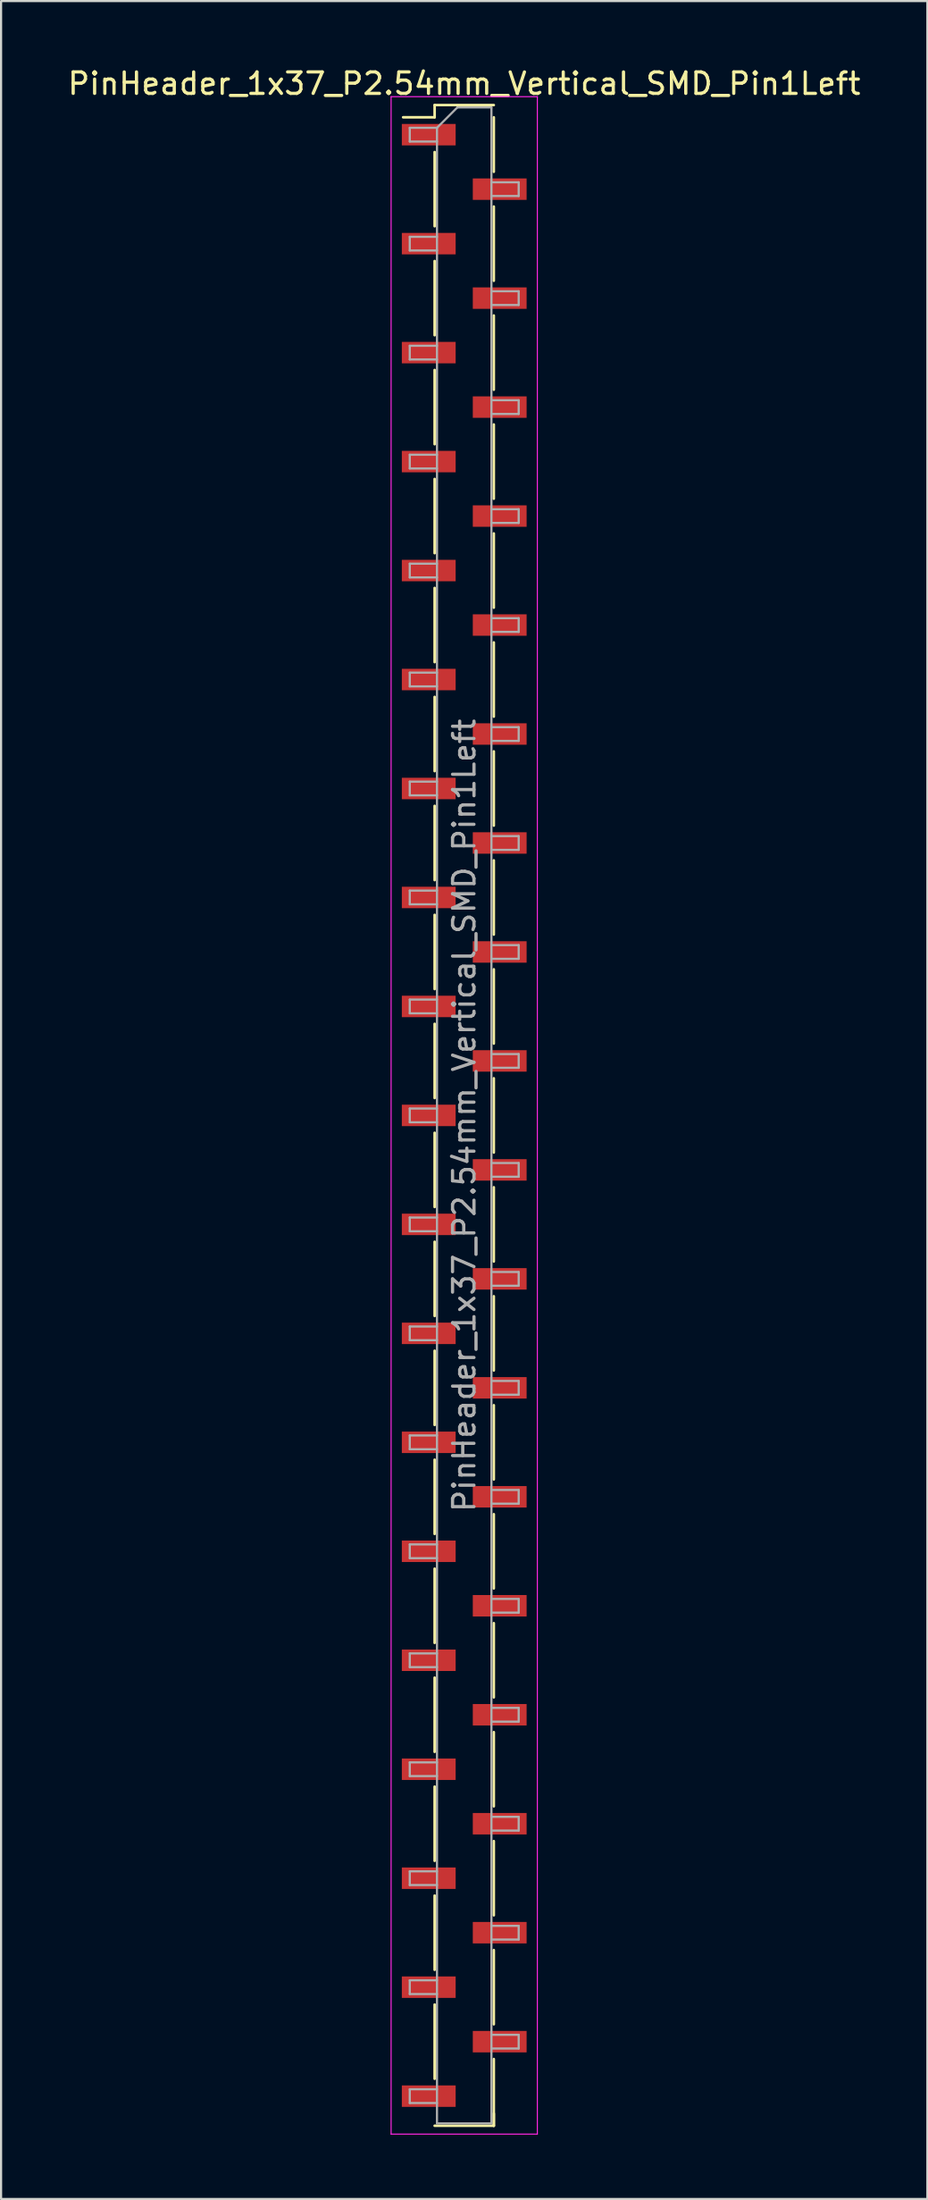
<source format=kicad_pcb>
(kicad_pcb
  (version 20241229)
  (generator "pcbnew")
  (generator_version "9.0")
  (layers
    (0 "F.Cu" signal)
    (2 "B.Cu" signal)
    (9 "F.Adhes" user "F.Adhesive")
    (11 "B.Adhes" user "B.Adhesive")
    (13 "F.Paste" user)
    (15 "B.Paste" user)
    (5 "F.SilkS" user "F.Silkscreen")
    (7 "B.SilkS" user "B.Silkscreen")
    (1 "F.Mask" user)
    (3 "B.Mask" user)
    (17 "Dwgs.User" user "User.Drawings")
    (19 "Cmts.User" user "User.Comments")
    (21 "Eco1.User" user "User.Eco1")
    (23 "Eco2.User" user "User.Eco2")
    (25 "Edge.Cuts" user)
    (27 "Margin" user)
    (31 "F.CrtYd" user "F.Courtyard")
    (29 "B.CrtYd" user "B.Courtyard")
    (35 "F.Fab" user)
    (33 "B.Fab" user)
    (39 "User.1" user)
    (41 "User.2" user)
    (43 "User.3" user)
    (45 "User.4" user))
  (footprint "PinHeader_1x37_P2.54mm_Vertical_SMD_Pin1Left"
    (layer "F.Cu")
    (at 18.601 48.948)
    (property "Reference" "PinHeader_1x37_P2.54mm_Vertical_SMD_Pin1Left" (at 0 -48.1 0) (layer "F.SilkS") (effects (font (size 1 1) (thickness 0.15))))
    (attr smd)
    (fp_line (start -1.38 -47.1) (end -1.38 -46.53) (stroke (width 0.12) (type solid)) (layer "F.SilkS"))
    (fp_line (start -1.38 -47.1) (end 1.38 -47.1) (stroke (width 0.12) (type solid)) (layer "F.SilkS"))
    (fp_line (start -1.38 -46.53) (end -2.85 -46.53) (stroke (width 0.12) (type solid)) (layer "F.SilkS"))
    (fp_line (start -1.38 -44.91) (end -1.38 -41.45) (stroke (width 0.12) (type solid)) (layer "F.SilkS"))
    (fp_line (start -1.38 -39.83) (end -1.38 -36.37) (stroke (width 0.12) (type solid)) (layer "F.SilkS"))
    (fp_line (start -1.38 -34.75) (end -1.38 -31.29) (stroke (width 0.12) (type solid)) (layer "F.SilkS"))
    (fp_line (start -1.38 -29.67) (end -1.38 -26.21) (stroke (width 0.12) (type solid)) (layer "F.SilkS"))
    (fp_line (start -1.38 -24.59) (end -1.38 -21.13) (stroke (width 0.12) (type solid)) (layer "F.SilkS"))
    (fp_line (start -1.38 -19.51) (end -1.38 -16.05) (stroke (width 0.12) (type solid)) (layer "F.SilkS"))
    (fp_line (start -1.38 -14.43) (end -1.38 -10.97) (stroke (width 0.12) (type solid)) (layer "F.SilkS"))
    (fp_line (start -1.38 -9.35) (end -1.38 -5.89) (stroke (width 0.12) (type solid)) (layer "F.SilkS"))
    (fp_line (start -1.38 -4.27) (end -1.38 -0.81) (stroke (width 0.12) (type solid)) (layer "F.SilkS"))
    (fp_line (start -1.38 0.81) (end -1.38 4.27) (stroke (width 0.12) (type solid)) (layer "F.SilkS"))
    (fp_line (start -1.38 5.89) (end -1.38 9.35) (stroke (width 0.12) (type solid)) (layer "F.SilkS"))
    (fp_line (start -1.38 10.97) (end -1.38 14.43) (stroke (width 0.12) (type solid)) (layer "F.SilkS"))
    (fp_line (start -1.38 16.05) (end -1.38 19.51) (stroke (width 0.12) (type solid)) (layer "F.SilkS"))
    (fp_line (start -1.38 21.13) (end -1.38 24.59) (stroke (width 0.12) (type solid)) (layer "F.SilkS"))
    (fp_line (start -1.38 26.21) (end -1.38 29.67) (stroke (width 0.12) (type solid)) (layer "F.SilkS"))
    (fp_line (start -1.38 31.29) (end -1.38 34.75) (stroke (width 0.12) (type solid)) (layer "F.SilkS"))
    (fp_line (start -1.38 36.37) (end -1.38 39.83) (stroke (width 0.12) (type solid)) (layer "F.SilkS"))
    (fp_line (start -1.38 41.45) (end -1.38 44.91) (stroke (width 0.12) (type solid)) (layer "F.SilkS"))
    (fp_line (start -1.38 47.1) (end 1.38 47.1) (stroke (width 0.12) (type solid)) (layer "F.SilkS"))
    (fp_line (start 1.38 -46.53) (end 1.38 -43.99) (stroke (width 0.12) (type solid)) (layer "F.SilkS"))
    (fp_line (start 1.38 -42.37) (end 1.38 -38.91) (stroke (width 0.12) (type solid)) (layer "F.SilkS"))
    (fp_line (start 1.38 -37.29) (end 1.38 -33.83) (stroke (width 0.12) (type solid)) (layer "F.SilkS"))
    (fp_line (start 1.38 -32.21) (end 1.38 -28.75) (stroke (width 0.12) (type solid)) (layer "F.SilkS"))
    (fp_line (start 1.38 -27.13) (end 1.38 -23.67) (stroke (width 0.12) (type solid)) (layer "F.SilkS"))
    (fp_line (start 1.38 -22.05) (end 1.38 -18.59) (stroke (width 0.12) (type solid)) (layer "F.SilkS"))
    (fp_line (start 1.38 -16.97) (end 1.38 -13.51) (stroke (width 0.12) (type solid)) (layer "F.SilkS"))
    (fp_line (start 1.38 -11.89) (end 1.38 -8.43) (stroke (width 0.12) (type solid)) (layer "F.SilkS"))
    (fp_line (start 1.38 -6.81) (end 1.38 -3.35) (stroke (width 0.12) (type solid)) (layer "F.SilkS"))
    (fp_line (start 1.38 -1.73) (end 1.38 1.73) (stroke (width 0.12) (type solid)) (layer "F.SilkS"))
    (fp_line (start 1.38 3.35) (end 1.38 6.81) (stroke (width 0.12) (type solid)) (layer "F.SilkS"))
    (fp_line (start 1.38 8.43) (end 1.38 11.89) (stroke (width 0.12) (type solid)) (layer "F.SilkS"))
    (fp_line (start 1.38 13.51) (end 1.38 16.97) (stroke (width 0.12) (type solid)) (layer "F.SilkS"))
    (fp_line (start 1.38 18.59) (end 1.38 22.05) (stroke (width 0.12) (type solid)) (layer "F.SilkS"))
    (fp_line (start 1.38 23.67) (end 1.38 27.13) (stroke (width 0.12) (type solid)) (layer "F.SilkS"))
    (fp_line (start 1.38 28.75) (end 1.38 32.21) (stroke (width 0.12) (type solid)) (layer "F.SilkS"))
    (fp_line (start 1.38 33.83) (end 1.38 37.29) (stroke (width 0.12) (type solid)) (layer "F.SilkS"))
    (fp_line (start 1.38 38.91) (end 1.38 42.37) (stroke (width 0.12) (type solid)) (layer "F.SilkS"))
    (fp_line (start 1.38 43.99) (end 1.38 47.1) (stroke (width 0.12) (type solid)) (layer "F.SilkS"))
    (fp_line (start 1.38 46.53) (end 1.38 47.1) (stroke (width 0.12) (type solid)) (layer "F.SilkS"))
    (fp_line (start -3.41 -47.49) (end -3.41 47.49) (stroke (width 0.05) (type solid)) (layer "F.CrtYd"))
    (fp_line (start -3.41 47.49) (end 3.41 47.49) (stroke (width 0.05) (type solid)) (layer "F.CrtYd"))
    (fp_line (start 3.41 -47.49) (end -3.41 -47.49) (stroke (width 0.05) (type solid)) (layer "F.CrtYd"))
    (fp_line (start 3.41 47.49) (end 3.41 -47.49) (stroke (width 0.05) (type solid)) (layer "F.CrtYd"))
    (fp_line (start -2.54 -46.04) (end -2.54 -45.4) (stroke (width 0.1) (type solid)) (layer "F.Fab"))
    (fp_line (start -2.54 -45.4) (end -1.27 -45.4) (stroke (width 0.1) (type solid)) (layer "F.Fab"))
    (fp_line (start -2.54 -40.96) (end -2.54 -40.32) (stroke (width 0.1) (type solid)) (layer "F.Fab"))
    (fp_line (start -2.54 -40.32) (end -1.27 -40.32) (stroke (width 0.1) (type solid)) (layer "F.Fab"))
    (fp_line (start -2.54 -35.88) (end -2.54 -35.24) (stroke (width 0.1) (type solid)) (layer "F.Fab"))
    (fp_line (start -2.54 -35.24) (end -1.27 -35.24) (stroke (width 0.1) (type solid)) (layer "F.Fab"))
    (fp_line (start -2.54 -30.8) (end -2.54 -30.16) (stroke (width 0.1) (type solid)) (layer "F.Fab"))
    (fp_line (start -2.54 -30.16) (end -1.27 -30.16) (stroke (width 0.1) (type solid)) (layer "F.Fab"))
    (fp_line (start -2.54 -25.72) (end -2.54 -25.08) (stroke (width 0.1) (type solid)) (layer "F.Fab"))
    (fp_line (start -2.54 -25.08) (end -1.27 -25.08) (stroke (width 0.1) (type solid)) (layer "F.Fab"))
    (fp_line (start -2.54 -20.64) (end -2.54 -20) (stroke (width 0.1) (type solid)) (layer "F.Fab"))
    (fp_line (start -2.54 -20) (end -1.27 -20) (stroke (width 0.1) (type solid)) (layer "F.Fab"))
    (fp_line (start -2.54 -15.56) (end -2.54 -14.92) (stroke (width 0.1) (type solid)) (layer "F.Fab"))
    (fp_line (start -2.54 -14.92) (end -1.27 -14.92) (stroke (width 0.1) (type solid)) (layer "F.Fab"))
    (fp_line (start -2.54 -10.48) (end -2.54 -9.84) (stroke (width 0.1) (type solid)) (layer "F.Fab"))
    (fp_line (start -2.54 -9.84) (end -1.27 -9.84) (stroke (width 0.1) (type solid)) (layer "F.Fab"))
    (fp_line (start -2.54 -5.4) (end -2.54 -4.76) (stroke (width 0.1) (type solid)) (layer "F.Fab"))
    (fp_line (start -2.54 -4.76) (end -1.27 -4.76) (stroke (width 0.1) (type solid)) (layer "F.Fab"))
    (fp_line (start -2.54 -0.32) (end -2.54 0.32) (stroke (width 0.1) (type solid)) (layer "F.Fab"))
    (fp_line (start -2.54 0.32) (end -1.27 0.32) (stroke (width 0.1) (type solid)) (layer "F.Fab"))
    (fp_line (start -2.54 4.76) (end -2.54 5.4) (stroke (width 0.1) (type solid)) (layer "F.Fab"))
    (fp_line (start -2.54 5.4) (end -1.27 5.4) (stroke (width 0.1) (type solid)) (layer "F.Fab"))
    (fp_line (start -2.54 9.84) (end -2.54 10.48) (stroke (width 0.1) (type solid)) (layer "F.Fab"))
    (fp_line (start -2.54 10.48) (end -1.27 10.48) (stroke (width 0.1) (type solid)) (layer "F.Fab"))
    (fp_line (start -2.54 14.92) (end -2.54 15.56) (stroke (width 0.1) (type solid)) (layer "F.Fab"))
    (fp_line (start -2.54 15.56) (end -1.27 15.56) (stroke (width 0.1) (type solid)) (layer "F.Fab"))
    (fp_line (start -2.54 20) (end -2.54 20.64) (stroke (width 0.1) (type solid)) (layer "F.Fab"))
    (fp_line (start -2.54 20.64) (end -1.27 20.64) (stroke (width 0.1) (type solid)) (layer "F.Fab"))
    (fp_line (start -2.54 25.08) (end -2.54 25.72) (stroke (width 0.1) (type solid)) (layer "F.Fab"))
    (fp_line (start -2.54 25.72) (end -1.27 25.72) (stroke (width 0.1) (type solid)) (layer "F.Fab"))
    (fp_line (start -2.54 30.16) (end -2.54 30.8) (stroke (width 0.1) (type solid)) (layer "F.Fab"))
    (fp_line (start -2.54 30.8) (end -1.27 30.8) (stroke (width 0.1) (type solid)) (layer "F.Fab"))
    (fp_line (start -2.54 35.24) (end -2.54 35.88) (stroke (width 0.1) (type solid)) (layer "F.Fab"))
    (fp_line (start -2.54 35.88) (end -1.27 35.88) (stroke (width 0.1) (type solid)) (layer "F.Fab"))
    (fp_line (start -2.54 40.32) (end -2.54 40.96) (stroke (width 0.1) (type solid)) (layer "F.Fab"))
    (fp_line (start -2.54 40.96) (end -1.27 40.96) (stroke (width 0.1) (type solid)) (layer "F.Fab"))
    (fp_line (start -2.54 45.4) (end -2.54 46.04) (stroke (width 0.1) (type solid)) (layer "F.Fab"))
    (fp_line (start -2.54 46.04) (end -1.27 46.04) (stroke (width 0.1) (type solid)) (layer "F.Fab"))
    (fp_line (start -1.27 -46.04) (end -2.54 -46.04) (stroke (width 0.1) (type solid)) (layer "F.Fab"))
    (fp_line (start -1.27 -46.04) (end -0.32 -46.99) (stroke (width 0.1) (type solid)) (layer "F.Fab"))
    (fp_line (start -1.27 -40.96) (end -2.54 -40.96) (stroke (width 0.1) (type solid)) (layer "F.Fab"))
    (fp_line (start -1.27 -35.88) (end -2.54 -35.88) (stroke (width 0.1) (type solid)) (layer "F.Fab"))
    (fp_line (start -1.27 -30.8) (end -2.54 -30.8) (stroke (width 0.1) (type solid)) (layer "F.Fab"))
    (fp_line (start -1.27 -25.72) (end -2.54 -25.72) (stroke (width 0.1) (type solid)) (layer "F.Fab"))
    (fp_line (start -1.27 -20.64) (end -2.54 -20.64) (stroke (width 0.1) (type solid)) (layer "F.Fab"))
    (fp_line (start -1.27 -15.56) (end -2.54 -15.56) (stroke (width 0.1) (type solid)) (layer "F.Fab"))
    (fp_line (start -1.27 -10.48) (end -2.54 -10.48) (stroke (width 0.1) (type solid)) (layer "F.Fab"))
    (fp_line (start -1.27 -5.4) (end -2.54 -5.4) (stroke (width 0.1) (type solid)) (layer "F.Fab"))
    (fp_line (start -1.27 -0.32) (end -2.54 -0.32) (stroke (width 0.1) (type solid)) (layer "F.Fab"))
    (fp_line (start -1.27 4.76) (end -2.54 4.76) (stroke (width 0.1) (type solid)) (layer "F.Fab"))
    (fp_line (start -1.27 9.84) (end -2.54 9.84) (stroke (width 0.1) (type solid)) (layer "F.Fab"))
    (fp_line (start -1.27 14.92) (end -2.54 14.92) (stroke (width 0.1) (type solid)) (layer "F.Fab"))
    (fp_line (start -1.27 20) (end -2.54 20) (stroke (width 0.1) (type solid)) (layer "F.Fab"))
    (fp_line (start -1.27 25.08) (end -2.54 25.08) (stroke (width 0.1) (type solid)) (layer "F.Fab"))
    (fp_line (start -1.27 30.16) (end -2.54 30.16) (stroke (width 0.1) (type solid)) (layer "F.Fab"))
    (fp_line (start -1.27 35.24) (end -2.54 35.24) (stroke (width 0.1) (type solid)) (layer "F.Fab"))
    (fp_line (start -1.27 40.32) (end -2.54 40.32) (stroke (width 0.1) (type solid)) (layer "F.Fab"))
    (fp_line (start -1.27 45.4) (end -2.54 45.4) (stroke (width 0.1) (type solid)) (layer "F.Fab"))
    (fp_line (start -1.27 46.99) (end -1.27 -46.04) (stroke (width 0.1) (type solid)) (layer "F.Fab"))
    (fp_line (start -0.32 -46.99) (end 1.27 -46.99) (stroke (width 0.1) (type solid)) (layer "F.Fab"))
    (fp_line (start 1.27 -46.99) (end 1.27 46.99) (stroke (width 0.1) (type solid)) (layer "F.Fab"))
    (fp_line (start 1.27 -43.5) (end 2.54 -43.5) (stroke (width 0.1) (type solid)) (layer "F.Fab"))
    (fp_line (start 1.27 -38.42) (end 2.54 -38.42) (stroke (width 0.1) (type solid)) (layer "F.Fab"))
    (fp_line (start 1.27 -33.34) (end 2.54 -33.34) (stroke (width 0.1) (type solid)) (layer "F.Fab"))
    (fp_line (start 1.27 -28.26) (end 2.54 -28.26) (stroke (width 0.1) (type solid)) (layer "F.Fab"))
    (fp_line (start 1.27 -23.18) (end 2.54 -23.18) (stroke (width 0.1) (type solid)) (layer "F.Fab"))
    (fp_line (start 1.27 -18.1) (end 2.54 -18.1) (stroke (width 0.1) (type solid)) (layer "F.Fab"))
    (fp_line (start 1.27 -13.02) (end 2.54 -13.02) (stroke (width 0.1) (type solid)) (layer "F.Fab"))
    (fp_line (start 1.27 -7.94) (end 2.54 -7.94) (stroke (width 0.1) (type solid)) (layer "F.Fab"))
    (fp_line (start 1.27 -2.86) (end 2.54 -2.86) (stroke (width 0.1) (type solid)) (layer "F.Fab"))
    (fp_line (start 1.27 2.22) (end 2.54 2.22) (stroke (width 0.1) (type solid)) (layer "F.Fab"))
    (fp_line (start 1.27 7.3) (end 2.54 7.3) (stroke (width 0.1) (type solid)) (layer "F.Fab"))
    (fp_line (start 1.27 12.38) (end 2.54 12.38) (stroke (width 0.1) (type solid)) (layer "F.Fab"))
    (fp_line (start 1.27 17.46) (end 2.54 17.46) (stroke (width 0.1) (type solid)) (layer "F.Fab"))
    (fp_line (start 1.27 22.54) (end 2.54 22.54) (stroke (width 0.1) (type solid)) (layer "F.Fab"))
    (fp_line (start 1.27 27.62) (end 2.54 27.62) (stroke (width 0.1) (type solid)) (layer "F.Fab"))
    (fp_line (start 1.27 32.7) (end 2.54 32.7) (stroke (width 0.1) (type solid)) (layer "F.Fab"))
    (fp_line (start 1.27 37.78) (end 2.54 37.78) (stroke (width 0.1) (type solid)) (layer "F.Fab"))
    (fp_line (start 1.27 42.86) (end 2.54 42.86) (stroke (width 0.1) (type solid)) (layer "F.Fab"))
    (fp_line (start 1.27 46.99) (end -1.27 46.99) (stroke (width 0.1) (type solid)) (layer "F.Fab"))
    (fp_line (start 2.54 -43.5) (end 2.54 -42.86) (stroke (width 0.1) (type solid)) (layer "F.Fab"))
    (fp_line (start 2.54 -42.86) (end 1.27 -42.86) (stroke (width 0.1) (type solid)) (layer "F.Fab"))
    (fp_line (start 2.54 -38.42) (end 2.54 -37.78) (stroke (width 0.1) (type solid)) (layer "F.Fab"))
    (fp_line (start 2.54 -37.78) (end 1.27 -37.78) (stroke (width 0.1) (type solid)) (layer "F.Fab"))
    (fp_line (start 2.54 -33.34) (end 2.54 -32.7) (stroke (width 0.1) (type solid)) (layer "F.Fab"))
    (fp_line (start 2.54 -32.7) (end 1.27 -32.7) (stroke (width 0.1) (type solid)) (layer "F.Fab"))
    (fp_line (start 2.54 -28.26) (end 2.54 -27.62) (stroke (width 0.1) (type solid)) (layer "F.Fab"))
    (fp_line (start 2.54 -27.62) (end 1.27 -27.62) (stroke (width 0.1) (type solid)) (layer "F.Fab"))
    (fp_line (start 2.54 -23.18) (end 2.54 -22.54) (stroke (width 0.1) (type solid)) (layer "F.Fab"))
    (fp_line (start 2.54 -22.54) (end 1.27 -22.54) (stroke (width 0.1) (type solid)) (layer "F.Fab"))
    (fp_line (start 2.54 -18.1) (end 2.54 -17.46) (stroke (width 0.1) (type solid)) (layer "F.Fab"))
    (fp_line (start 2.54 -17.46) (end 1.27 -17.46) (stroke (width 0.1) (type solid)) (layer "F.Fab"))
    (fp_line (start 2.54 -13.02) (end 2.54 -12.38) (stroke (width 0.1) (type solid)) (layer "F.Fab"))
    (fp_line (start 2.54 -12.38) (end 1.27 -12.38) (stroke (width 0.1) (type solid)) (layer "F.Fab"))
    (fp_line (start 2.54 -7.94) (end 2.54 -7.3) (stroke (width 0.1) (type solid)) (layer "F.Fab"))
    (fp_line (start 2.54 -7.3) (end 1.27 -7.3) (stroke (width 0.1) (type solid)) (layer "F.Fab"))
    (fp_line (start 2.54 -2.86) (end 2.54 -2.22) (stroke (width 0.1) (type solid)) (layer "F.Fab"))
    (fp_line (start 2.54 -2.22) (end 1.27 -2.22) (stroke (width 0.1) (type solid)) (layer "F.Fab"))
    (fp_line (start 2.54 2.22) (end 2.54 2.86) (stroke (width 0.1) (type solid)) (layer "F.Fab"))
    (fp_line (start 2.54 2.86) (end 1.27 2.86) (stroke (width 0.1) (type solid)) (layer "F.Fab"))
    (fp_line (start 2.54 7.3) (end 2.54 7.94) (stroke (width 0.1) (type solid)) (layer "F.Fab"))
    (fp_line (start 2.54 7.94) (end 1.27 7.94) (stroke (width 0.1) (type solid)) (layer "F.Fab"))
    (fp_line (start 2.54 12.38) (end 2.54 13.02) (stroke (width 0.1) (type solid)) (layer "F.Fab"))
    (fp_line (start 2.54 13.02) (end 1.27 13.02) (stroke (width 0.1) (type solid)) (layer "F.Fab"))
    (fp_line (start 2.54 17.46) (end 2.54 18.1) (stroke (width 0.1) (type solid)) (layer "F.Fab"))
    (fp_line (start 2.54 18.1) (end 1.27 18.1) (stroke (width 0.1) (type solid)) (layer "F.Fab"))
    (fp_line (start 2.54 22.54) (end 2.54 23.18) (stroke (width 0.1) (type solid)) (layer "F.Fab"))
    (fp_line (start 2.54 23.18) (end 1.27 23.18) (stroke (width 0.1) (type solid)) (layer "F.Fab"))
    (fp_line (start 2.54 27.62) (end 2.54 28.26) (stroke (width 0.1) (type solid)) (layer "F.Fab"))
    (fp_line (start 2.54 28.26) (end 1.27 28.26) (stroke (width 0.1) (type solid)) (layer "F.Fab"))
    (fp_line (start 2.54 32.7) (end 2.54 33.34) (stroke (width 0.1) (type solid)) (layer "F.Fab"))
    (fp_line (start 2.54 33.34) (end 1.27 33.34) (stroke (width 0.1) (type solid)) (layer "F.Fab"))
    (fp_line (start 2.54 37.78) (end 2.54 38.42) (stroke (width 0.1) (type solid)) (layer "F.Fab"))
    (fp_line (start 2.54 38.42) (end 1.27 38.42) (stroke (width 0.1) (type solid)) (layer "F.Fab"))
    (fp_line (start 2.54 42.86) (end 2.54 43.5) (stroke (width 0.1) (type solid)) (layer "F.Fab"))
    (fp_line (start 2.54 43.5) (end 1.27 43.5) (stroke (width 0.1) (type solid)) (layer "F.Fab"))
    (fp_text user "${REFERENCE}" (at 0 0 90) (layer "F.Fab") (effects (font (size 1 1) (thickness 0.15))))
    (pad "1" smd rect (at -1.655 -45.72) (size 2.51 1) (layers "F.Cu" "F.Mask" "F.Paste"))
    (pad "2" smd rect (at 1.655 -43.18) (size 2.51 1) (layers "F.Cu" "F.Mask" "F.Paste"))
    (pad "3" smd rect (at -1.655 -40.64) (size 2.51 1) (layers "F.Cu" "F.Mask" "F.Paste"))
    (pad "4" smd rect (at 1.655 -38.1) (size 2.51 1) (layers "F.Cu" "F.Mask" "F.Paste"))
    (pad "5" smd rect (at -1.655 -35.56) (size 2.51 1) (layers "F.Cu" "F.Mask" "F.Paste"))
    (pad "6" smd rect (at 1.655 -33.02) (size 2.51 1) (layers "F.Cu" "F.Mask" "F.Paste"))
    (pad "7" smd rect (at -1.655 -30.48) (size 2.51 1) (layers "F.Cu" "F.Mask" "F.Paste"))
    (pad "8" smd rect (at 1.655 -27.94) (size 2.51 1) (layers "F.Cu" "F.Mask" "F.Paste"))
    (pad "9" smd rect (at -1.655 -25.4) (size 2.51 1) (layers "F.Cu" "F.Mask" "F.Paste"))
    (pad "10" smd rect (at 1.655 -22.86) (size 2.51 1) (layers "F.Cu" "F.Mask" "F.Paste"))
    (pad "11" smd rect (at -1.655 -20.32) (size 2.51 1) (layers "F.Cu" "F.Mask" "F.Paste"))
    (pad "12" smd rect (at 1.655 -17.78) (size 2.51 1) (layers "F.Cu" "F.Mask" "F.Paste"))
    (pad "13" smd rect (at -1.655 -15.24) (size 2.51 1) (layers "F.Cu" "F.Mask" "F.Paste"))
    (pad "14" smd rect (at 1.655 -12.7) (size 2.51 1) (layers "F.Cu" "F.Mask" "F.Paste"))
    (pad "15" smd rect (at -1.655 -10.16) (size 2.51 1) (layers "F.Cu" "F.Mask" "F.Paste"))
    (pad "16" smd rect (at 1.655 -7.62) (size 2.51 1) (layers "F.Cu" "F.Mask" "F.Paste"))
    (pad "17" smd rect (at -1.655 -5.08) (size 2.51 1) (layers "F.Cu" "F.Mask" "F.Paste"))
    (pad "18" smd rect (at 1.655 -2.54) (size 2.51 1) (layers "F.Cu" "F.Mask" "F.Paste"))
    (pad "19" smd rect (at -1.655 0) (size 2.51 1) (layers "F.Cu" "F.Mask" "F.Paste"))
    (pad "20" smd rect (at 1.655 2.54) (size 2.51 1) (layers "F.Cu" "F.Mask" "F.Paste"))
    (pad "21" smd rect (at -1.655 5.08) (size 2.51 1) (layers "F.Cu" "F.Mask" "F.Paste"))
    (pad "22" smd rect (at 1.655 7.62) (size 2.51 1) (layers "F.Cu" "F.Mask" "F.Paste"))
    (pad "23" smd rect (at -1.655 10.16) (size 2.51 1) (layers "F.Cu" "F.Mask" "F.Paste"))
    (pad "24" smd rect (at 1.655 12.7) (size 2.51 1) (layers "F.Cu" "F.Mask" "F.Paste"))
    (pad "25" smd rect (at -1.655 15.24) (size 2.51 1) (layers "F.Cu" "F.Mask" "F.Paste"))
    (pad "26" smd rect (at 1.655 17.78) (size 2.51 1) (layers "F.Cu" "F.Mask" "F.Paste"))
    (pad "27" smd rect (at -1.655 20.32) (size 2.51 1) (layers "F.Cu" "F.Mask" "F.Paste"))
    (pad "28" smd rect (at 1.655 22.86) (size 2.51 1) (layers "F.Cu" "F.Mask" "F.Paste"))
    (pad "29" smd rect (at -1.655 25.4) (size 2.51 1) (layers "F.Cu" "F.Mask" "F.Paste"))
    (pad "30" smd rect (at 1.655 27.94) (size 2.51 1) (layers "F.Cu" "F.Mask" "F.Paste"))
    (pad "31" smd rect (at -1.655 30.48) (size 2.51 1) (layers "F.Cu" "F.Mask" "F.Paste"))
    (pad "32" smd rect (at 1.655 33.02) (size 2.51 1) (layers "F.Cu" "F.Mask" "F.Paste"))
    (pad "33" smd rect (at -1.655 35.56) (size 2.51 1) (layers "F.Cu" "F.Mask" "F.Paste"))
    (pad "34" smd rect (at 1.655 38.1) (size 2.51 1) (layers "F.Cu" "F.Mask" "F.Paste"))
    (pad "35" smd rect (at -1.655 40.64) (size 2.51 1) (layers "F.Cu" "F.Mask" "F.Paste"))
    (pad "36" smd rect (at 1.655 43.18) (size 2.51 1) (layers "F.Cu" "F.Mask" "F.Paste"))
    (pad "37" smd rect (at -1.655 45.72) (size 2.51 1) (layers "F.Cu" "F.Mask" "F.Paste")))
  (gr_rect
    (start -3 -3)
    (end 40.202 99.463)
    (stroke (width 0.1) (type default))
    (fill no)
    (layer "Edge.Cuts")))
</source>
